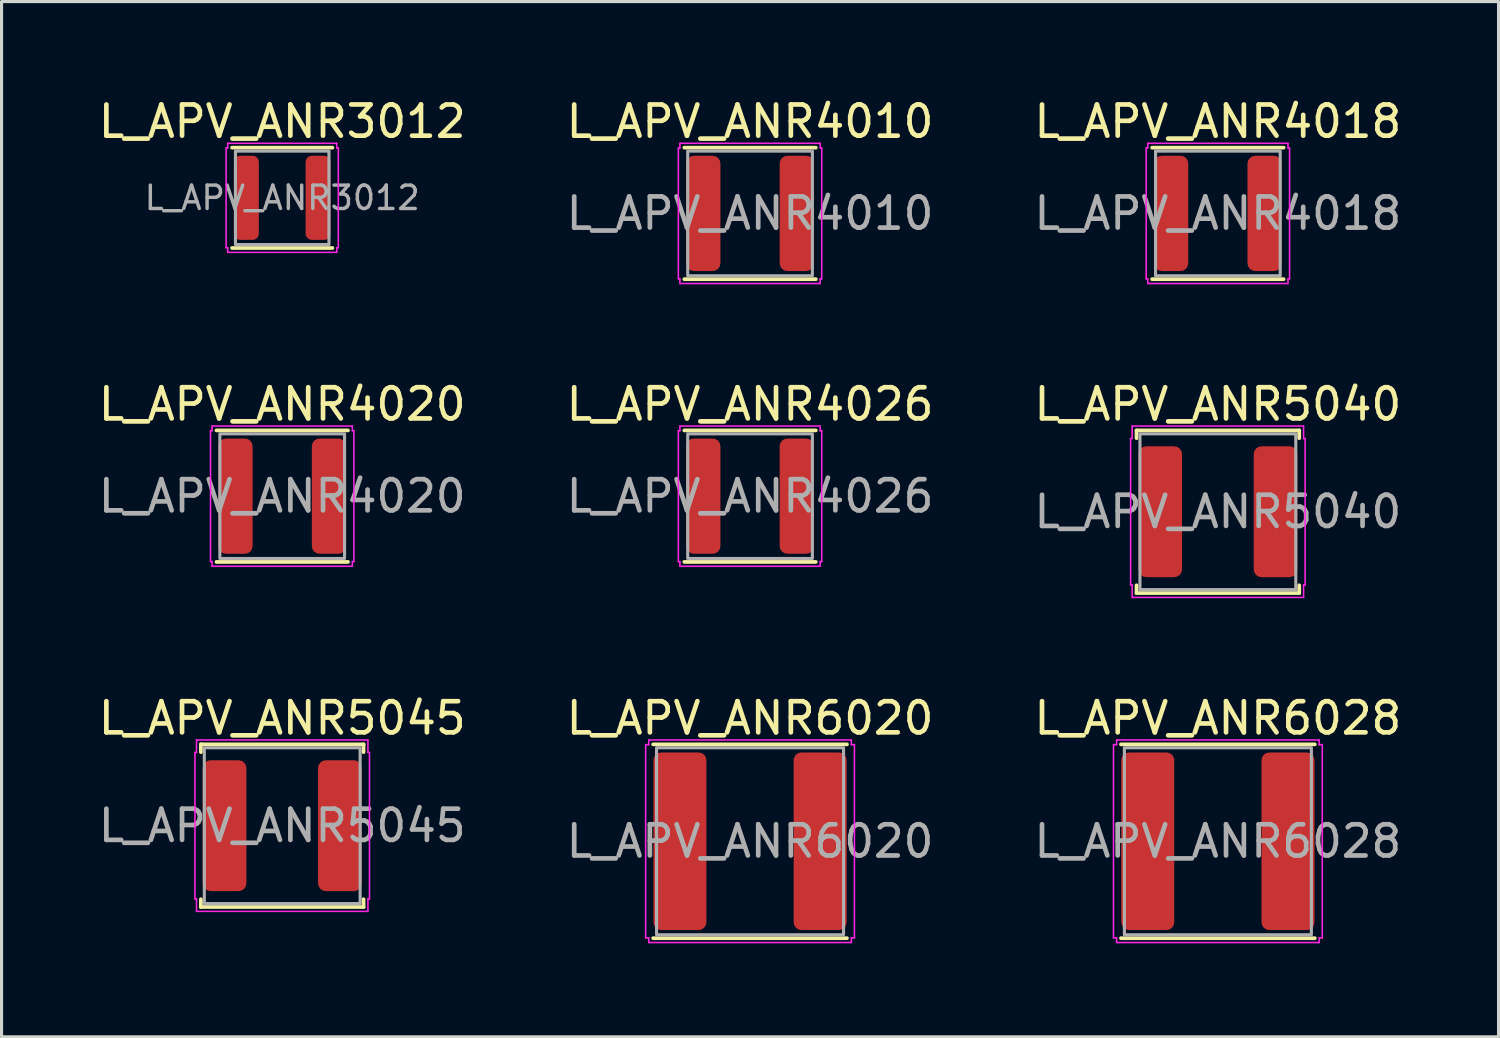
<source format=kicad_pcb>
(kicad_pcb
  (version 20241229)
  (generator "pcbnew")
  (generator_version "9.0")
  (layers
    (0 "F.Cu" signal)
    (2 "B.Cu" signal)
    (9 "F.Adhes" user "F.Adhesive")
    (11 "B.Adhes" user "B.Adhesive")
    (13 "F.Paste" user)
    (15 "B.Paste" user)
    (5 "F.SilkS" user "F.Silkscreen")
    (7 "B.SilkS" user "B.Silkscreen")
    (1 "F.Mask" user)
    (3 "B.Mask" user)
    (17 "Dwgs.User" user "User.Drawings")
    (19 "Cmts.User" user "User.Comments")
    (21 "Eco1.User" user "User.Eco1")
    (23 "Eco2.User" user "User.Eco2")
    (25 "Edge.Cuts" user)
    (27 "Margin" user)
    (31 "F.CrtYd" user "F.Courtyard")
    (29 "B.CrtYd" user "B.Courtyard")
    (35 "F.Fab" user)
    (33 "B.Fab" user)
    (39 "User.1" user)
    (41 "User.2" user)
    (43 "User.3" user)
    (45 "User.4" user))
  (footprint "L_APV_ANR5040"
    (layer "F.Cu")
    (at 36.03 13.371)
    (property "Reference" "L_APV_ANR5040" (at 0 -3.45 0) (layer "F.SilkS") (effects (font (size 1 1) (thickness 0.15))))
    (attr smd)
    (fp_line (start -2.61 -2.61) (end 2.61 -2.61) (stroke (width 0.12) (type solid)) (layer "F.SilkS"))
    (fp_line (start -2.61 -2.36) (end -2.61 -2.61) (stroke (width 0.12) (type solid)) (layer "F.SilkS"))
    (fp_line (start -2.61 2.61) (end -2.61 2.36) (stroke (width 0.12) (type solid)) (layer "F.SilkS"))
    (fp_line (start 2.61 -2.61) (end 2.61 -2.36) (stroke (width 0.12) (type solid)) (layer "F.SilkS"))
    (fp_line (start 2.61 2.36) (end 2.61 2.61) (stroke (width 0.12) (type solid)) (layer "F.SilkS"))
    (fp_line (start 2.61 2.61) (end -2.61 2.61) (stroke (width 0.12) (type solid)) (layer "F.SilkS"))
    (fp_line (start -2.8 -2.35) (end -2.75 -2.35) (stroke (width 0.05) (type solid)) (layer "F.CrtYd"))
    (fp_line (start -2.8 2.35) (end -2.8 -2.35) (stroke (width 0.05) (type solid)) (layer "F.CrtYd"))
    (fp_line (start -2.75 -2.75) (end 2.75 -2.75) (stroke (width 0.05) (type solid)) (layer "F.CrtYd"))
    (fp_line (start -2.75 -2.35) (end -2.75 -2.75) (stroke (width 0.05) (type solid)) (layer "F.CrtYd"))
    (fp_line (start -2.75 2.35) (end -2.8 2.35) (stroke (width 0.05) (type solid)) (layer "F.CrtYd"))
    (fp_line (start -2.75 2.75) (end -2.75 2.35) (stroke (width 0.05) (type solid)) (layer "F.CrtYd"))
    (fp_line (start 2.75 -2.75) (end 2.75 -2.35) (stroke (width 0.05) (type solid)) (layer "F.CrtYd"))
    (fp_line (start 2.75 -2.35) (end 2.8 -2.35) (stroke (width 0.05) (type solid)) (layer "F.CrtYd"))
    (fp_line (start 2.75 2.35) (end 2.75 2.75) (stroke (width 0.05) (type solid)) (layer "F.CrtYd"))
    (fp_line (start 2.75 2.75) (end -2.75 2.75) (stroke (width 0.05) (type solid)) (layer "F.CrtYd"))
    (fp_line (start 2.8 -2.35) (end 2.8 2.35) (stroke (width 0.05) (type solid)) (layer "F.CrtYd"))
    (fp_line (start 2.8 2.35) (end 2.75 2.35) (stroke (width 0.05) (type solid)) (layer "F.CrtYd"))
    (fp_rect (start -2.5 -2.5) (end 2.5 2.5) (stroke (width 0.1) (type solid)) (fill no) (layer "F.Fab"))
    (fp_text user "${REFERENCE}" (at 0 0 0) (layer "F.Fab") (effects (font (size 1 1) (thickness 0.15))))
    (pad "1" smd roundrect (at -1.85 0) (size 1.4 4.2) (layers "F.Cu" "F.Mask" "F.Paste") (roundrect_rratio 0.179))
    (pad "2" smd roundrect (at 1.85 0) (size 1.4 4.2) (layers "F.Cu" "F.Mask" "F.Paste") (roundrect_rratio 0.179)))
  (footprint "L_APV_ANR4010"
    (layer "F.Cu")
    (at 21.018 3.798)
    (property "Reference" "L_APV_ANR4010" (at 0 -2.95 0) (layer "F.SilkS") (effects (font (size 1 1) (thickness 0.15))))
    (attr smd)
    (fp_line (start -2.11 -2.11) (end 2.11 -2.11) (stroke (width 0.12) (type solid)) (layer "F.SilkS"))
    (fp_line (start 2.11 2.11) (end -2.11 2.11) (stroke (width 0.12) (type solid)) (layer "F.SilkS"))
    (fp_line (start -2.3 -2.1) (end -2.25 -2.1) (stroke (width 0.05) (type solid)) (layer "F.CrtYd"))
    (fp_line (start -2.3 2.1) (end -2.3 -2.1) (stroke (width 0.05) (type solid)) (layer "F.CrtYd"))
    (fp_line (start -2.25 -2.25) (end 2.25 -2.25) (stroke (width 0.05) (type solid)) (layer "F.CrtYd"))
    (fp_line (start -2.25 -2.1) (end -2.25 -2.25) (stroke (width 0.05) (type solid)) (layer "F.CrtYd"))
    (fp_line (start -2.25 2.1) (end -2.3 2.1) (stroke (width 0.05) (type solid)) (layer "F.CrtYd"))
    (fp_line (start -2.25 2.25) (end -2.25 2.1) (stroke (width 0.05) (type solid)) (layer "F.CrtYd"))
    (fp_line (start 2.25 -2.25) (end 2.25 -2.1) (stroke (width 0.05) (type solid)) (layer "F.CrtYd"))
    (fp_line (start 2.25 -2.1) (end 2.3 -2.1) (stroke (width 0.05) (type solid)) (layer "F.CrtYd"))
    (fp_line (start 2.25 2.1) (end 2.25 2.25) (stroke (width 0.05) (type solid)) (layer "F.CrtYd"))
    (fp_line (start 2.25 2.25) (end -2.25 2.25) (stroke (width 0.05) (type solid)) (layer "F.CrtYd"))
    (fp_line (start 2.3 -2.1) (end 2.3 2.1) (stroke (width 0.05) (type solid)) (layer "F.CrtYd"))
    (fp_line (start 2.3 2.1) (end 2.25 2.1) (stroke (width 0.05) (type solid)) (layer "F.CrtYd"))
    (fp_rect (start -2 -2) (end 2 2) (stroke (width 0.1) (type solid)) (fill no) (layer "F.Fab"))
    (fp_text user "${REFERENCE}" (at 0 0 0) (layer "F.Fab") (effects (font (size 1 1) (thickness 0.15))))
    (pad "1" smd roundrect (at -1.5 0) (size 1.1 3.7) (layers "F.Cu" "F.Mask" "F.Paste") (roundrect_rratio 0.227))
    (pad "2" smd roundrect (at 1.5 0) (size 1.1 3.7) (layers "F.Cu" "F.Mask" "F.Paste") (roundrect_rratio 0.227)))
  (footprint "L_APV_ANR3012"
    (layer "F.Cu")
    (at 6.006 3.298)
    (property "Reference" "L_APV_ANR3012" (at 0 -2.45 0) (layer "F.SilkS") (effects (font (size 1 1) (thickness 0.15))))
    (attr smd)
    (fp_line (start -1.61 -1.61) (end 1.61 -1.61) (stroke (width 0.12) (type solid)) (layer "F.SilkS"))
    (fp_line (start 1.61 1.61) (end -1.61 1.61) (stroke (width 0.12) (type solid)) (layer "F.SilkS"))
    (fp_line (start -1.8 -1.6) (end -1.75 -1.6) (stroke (width 0.05) (type solid)) (layer "F.CrtYd"))
    (fp_line (start -1.8 1.6) (end -1.8 -1.6) (stroke (width 0.05) (type solid)) (layer "F.CrtYd"))
    (fp_line (start -1.75 -1.75) (end 1.75 -1.75) (stroke (width 0.05) (type solid)) (layer "F.CrtYd"))
    (fp_line (start -1.75 -1.6) (end -1.75 -1.75) (stroke (width 0.05) (type solid)) (layer "F.CrtYd"))
    (fp_line (start -1.75 1.6) (end -1.8 1.6) (stroke (width 0.05) (type solid)) (layer "F.CrtYd"))
    (fp_line (start -1.75 1.75) (end -1.75 1.6) (stroke (width 0.05) (type solid)) (layer "F.CrtYd"))
    (fp_line (start 1.75 -1.75) (end 1.75 -1.6) (stroke (width 0.05) (type solid)) (layer "F.CrtYd"))
    (fp_line (start 1.75 -1.6) (end 1.8 -1.6) (stroke (width 0.05) (type solid)) (layer "F.CrtYd"))
    (fp_line (start 1.75 1.6) (end 1.75 1.75) (stroke (width 0.05) (type solid)) (layer "F.CrtYd"))
    (fp_line (start 1.75 1.75) (end -1.75 1.75) (stroke (width 0.05) (type solid)) (layer "F.CrtYd"))
    (fp_line (start 1.8 -1.6) (end 1.8 1.6) (stroke (width 0.05) (type solid)) (layer "F.CrtYd"))
    (fp_line (start 1.8 1.6) (end 1.75 1.6) (stroke (width 0.05) (type solid)) (layer "F.CrtYd"))
    (fp_rect (start -1.5 -1.5) (end 1.5 1.5) (stroke (width 0.1) (type solid)) (fill no) (layer "F.Fab"))
    (fp_text user "${REFERENCE}" (at 0 0 0) (layer "F.Fab") (effects (font (size 0.75 0.75) (thickness 0.11))))
    (pad "1" smd roundrect (at -1.15 0) (size 0.8 2.7) (layers "F.Cu" "F.Mask" "F.Paste") (roundrect_rratio 0.25))
    (pad "2" smd roundrect (at 1.15 0) (size 0.8 2.7) (layers "F.Cu" "F.Mask" "F.Paste") (roundrect_rratio 0.25)))
  (footprint "L_APV_ANR4020"
    (layer "F.Cu")
    (at 6.006 12.871)
    (property "Reference" "L_APV_ANR4020" (at 0 -2.95 0) (layer "F.SilkS") (effects (font (size 1 1) (thickness 0.15))))
    (attr smd)
    (fp_line (start -2.11 -2.11) (end 2.11 -2.11) (stroke (width 0.12) (type solid)) (layer "F.SilkS"))
    (fp_line (start 2.11 2.11) (end -2.11 2.11) (stroke (width 0.12) (type solid)) (layer "F.SilkS"))
    (fp_line (start -2.3 -2.1) (end -2.25 -2.1) (stroke (width 0.05) (type solid)) (layer "F.CrtYd"))
    (fp_line (start -2.3 2.1) (end -2.3 -2.1) (stroke (width 0.05) (type solid)) (layer "F.CrtYd"))
    (fp_line (start -2.25 -2.25) (end 2.25 -2.25) (stroke (width 0.05) (type solid)) (layer "F.CrtYd"))
    (fp_line (start -2.25 -2.1) (end -2.25 -2.25) (stroke (width 0.05) (type solid)) (layer "F.CrtYd"))
    (fp_line (start -2.25 2.1) (end -2.3 2.1) (stroke (width 0.05) (type solid)) (layer "F.CrtYd"))
    (fp_line (start -2.25 2.25) (end -2.25 2.1) (stroke (width 0.05) (type solid)) (layer "F.CrtYd"))
    (fp_line (start 2.25 -2.25) (end 2.25 -2.1) (stroke (width 0.05) (type solid)) (layer "F.CrtYd"))
    (fp_line (start 2.25 -2.1) (end 2.3 -2.1) (stroke (width 0.05) (type solid)) (layer "F.CrtYd"))
    (fp_line (start 2.25 2.1) (end 2.25 2.25) (stroke (width 0.05) (type solid)) (layer "F.CrtYd"))
    (fp_line (start 2.25 2.25) (end -2.25 2.25) (stroke (width 0.05) (type solid)) (layer "F.CrtYd"))
    (fp_line (start 2.3 -2.1) (end 2.3 2.1) (stroke (width 0.05) (type solid)) (layer "F.CrtYd"))
    (fp_line (start 2.3 2.1) (end 2.25 2.1) (stroke (width 0.05) (type solid)) (layer "F.CrtYd"))
    (fp_rect (start -2 -2) (end 2 2) (stroke (width 0.1) (type solid)) (fill no) (layer "F.Fab"))
    (fp_text user "${REFERENCE}" (at 0 0 0) (layer "F.Fab") (effects (font (size 1 1) (thickness 0.15))))
    (pad "1" smd roundrect (at -1.5 0) (size 1.1 3.7) (layers "F.Cu" "F.Mask" "F.Paste") (roundrect_rratio 0.227))
    (pad "2" smd roundrect (at 1.5 0) (size 1.1 3.7) (layers "F.Cu" "F.Mask" "F.Paste") (roundrect_rratio 0.227)))
  (footprint "L_APV_ANR6020"
    (layer "F.Cu")
    (at 21.018 23.945)
    (property "Reference" "L_APV_ANR6020" (at 0 -3.95 0) (layer "F.SilkS") (effects (font (size 1 1) (thickness 0.15))))
    (attr smd)
    (fp_line (start -3.11 -3.11) (end 3.11 -3.11) (stroke (width 0.12) (type solid)) (layer "F.SilkS"))
    (fp_line (start 3.11 3.11) (end -3.11 3.11) (stroke (width 0.12) (type solid)) (layer "F.SilkS"))
    (fp_line (start -3.35 -3.1) (end -3.25 -3.1) (stroke (width 0.05) (type solid)) (layer "F.CrtYd"))
    (fp_line (start -3.35 3.1) (end -3.35 -3.1) (stroke (width 0.05) (type solid)) (layer "F.CrtYd"))
    (fp_line (start -3.25 -3.25) (end 3.25 -3.25) (stroke (width 0.05) (type solid)) (layer "F.CrtYd"))
    (fp_line (start -3.25 -3.1) (end -3.25 -3.25) (stroke (width 0.05) (type solid)) (layer "F.CrtYd"))
    (fp_line (start -3.25 3.1) (end -3.35 3.1) (stroke (width 0.05) (type solid)) (layer "F.CrtYd"))
    (fp_line (start -3.25 3.25) (end -3.25 3.1) (stroke (width 0.05) (type solid)) (layer "F.CrtYd"))
    (fp_line (start 3.25 -3.25) (end 3.25 -3.1) (stroke (width 0.05) (type solid)) (layer "F.CrtYd"))
    (fp_line (start 3.25 -3.1) (end 3.35 -3.1) (stroke (width 0.05) (type solid)) (layer "F.CrtYd"))
    (fp_line (start 3.25 3.1) (end 3.25 3.25) (stroke (width 0.05) (type solid)) (layer "F.CrtYd"))
    (fp_line (start 3.25 3.25) (end -3.25 3.25) (stroke (width 0.05) (type solid)) (layer "F.CrtYd"))
    (fp_line (start 3.35 -3.1) (end 3.35 3.1) (stroke (width 0.05) (type solid)) (layer "F.CrtYd"))
    (fp_line (start 3.35 3.1) (end 3.25 3.1) (stroke (width 0.05) (type solid)) (layer "F.CrtYd"))
    (fp_rect (start -3 -3) (end 3 3) (stroke (width 0.1) (type solid)) (fill no) (layer "F.Fab"))
    (fp_text user "${REFERENCE}" (at 0 0 0) (layer "F.Fab") (effects (font (size 1 1) (thickness 0.15))))
    (pad "1" smd roundrect (at -2.25 0) (size 1.7 5.7) (layers "F.Cu" "F.Mask" "F.Paste") (roundrect_rratio 0.147))
    (pad "2" smd roundrect (at 2.25 0) (size 1.7 5.7) (layers "F.Cu" "F.Mask" "F.Paste") (roundrect_rratio 0.147)))
  (footprint "L_APV_ANR5045"
    (layer "F.Cu")
    (at 6.006 23.445)
    (property "Reference" "L_APV_ANR5045" (at 0 -3.45 0) (layer "F.SilkS") (effects (font (size 1 1) (thickness 0.15))))
    (attr smd)
    (fp_line (start -2.61 -2.61) (end 2.61 -2.61) (stroke (width 0.12) (type solid)) (layer "F.SilkS"))
    (fp_line (start -2.61 -2.36) (end -2.61 -2.61) (stroke (width 0.12) (type solid)) (layer "F.SilkS"))
    (fp_line (start -2.61 2.61) (end -2.61 2.36) (stroke (width 0.12) (type solid)) (layer "F.SilkS"))
    (fp_line (start 2.61 -2.61) (end 2.61 -2.36) (stroke (width 0.12) (type solid)) (layer "F.SilkS"))
    (fp_line (start 2.61 2.36) (end 2.61 2.61) (stroke (width 0.12) (type solid)) (layer "F.SilkS"))
    (fp_line (start 2.61 2.61) (end -2.61 2.61) (stroke (width 0.12) (type solid)) (layer "F.SilkS"))
    (fp_line (start -2.8 -2.35) (end -2.75 -2.35) (stroke (width 0.05) (type solid)) (layer "F.CrtYd"))
    (fp_line (start -2.8 2.35) (end -2.8 -2.35) (stroke (width 0.05) (type solid)) (layer "F.CrtYd"))
    (fp_line (start -2.75 -2.75) (end 2.75 -2.75) (stroke (width 0.05) (type solid)) (layer "F.CrtYd"))
    (fp_line (start -2.75 -2.35) (end -2.75 -2.75) (stroke (width 0.05) (type solid)) (layer "F.CrtYd"))
    (fp_line (start -2.75 2.35) (end -2.8 2.35) (stroke (width 0.05) (type solid)) (layer "F.CrtYd"))
    (fp_line (start -2.75 2.75) (end -2.75 2.35) (stroke (width 0.05) (type solid)) (layer "F.CrtYd"))
    (fp_line (start 2.75 -2.75) (end 2.75 -2.35) (stroke (width 0.05) (type solid)) (layer "F.CrtYd"))
    (fp_line (start 2.75 -2.35) (end 2.8 -2.35) (stroke (width 0.05) (type solid)) (layer "F.CrtYd"))
    (fp_line (start 2.75 2.35) (end 2.75 2.75) (stroke (width 0.05) (type solid)) (layer "F.CrtYd"))
    (fp_line (start 2.75 2.75) (end -2.75 2.75) (stroke (width 0.05) (type solid)) (layer "F.CrtYd"))
    (fp_line (start 2.8 -2.35) (end 2.8 2.35) (stroke (width 0.05) (type solid)) (layer "F.CrtYd"))
    (fp_line (start 2.8 2.35) (end 2.75 2.35) (stroke (width 0.05) (type solid)) (layer "F.CrtYd"))
    (fp_rect (start -2.5 -2.5) (end 2.5 2.5) (stroke (width 0.1) (type solid)) (fill no) (layer "F.Fab"))
    (fp_text user "${REFERENCE}" (at 0 0 0) (layer "F.Fab") (effects (font (size 1 1) (thickness 0.15))))
    (pad "1" smd roundrect (at -1.85 0) (size 1.4 4.2) (layers "F.Cu" "F.Mask" "F.Paste") (roundrect_rratio 0.179))
    (pad "2" smd roundrect (at 1.85 0) (size 1.4 4.2) (layers "F.Cu" "F.Mask" "F.Paste") (roundrect_rratio 0.179)))
  (footprint "L_APV_ANR6028"
    (layer "F.Cu")
    (at 36.03 23.945)
    (property "Reference" "L_APV_ANR6028" (at 0 -3.95 0) (layer "F.SilkS") (effects (font (size 1 1) (thickness 0.15))))
    (attr smd)
    (fp_line (start -3.11 -3.11) (end 3.11 -3.11) (stroke (width 0.12) (type solid)) (layer "F.SilkS"))
    (fp_line (start 3.11 3.11) (end -3.11 3.11) (stroke (width 0.12) (type solid)) (layer "F.SilkS"))
    (fp_line (start -3.35 -3.1) (end -3.25 -3.1) (stroke (width 0.05) (type solid)) (layer "F.CrtYd"))
    (fp_line (start -3.35 3.1) (end -3.35 -3.1) (stroke (width 0.05) (type solid)) (layer "F.CrtYd"))
    (fp_line (start -3.25 -3.25) (end 3.25 -3.25) (stroke (width 0.05) (type solid)) (layer "F.CrtYd"))
    (fp_line (start -3.25 -3.1) (end -3.25 -3.25) (stroke (width 0.05) (type solid)) (layer "F.CrtYd"))
    (fp_line (start -3.25 3.1) (end -3.35 3.1) (stroke (width 0.05) (type solid)) (layer "F.CrtYd"))
    (fp_line (start -3.25 3.25) (end -3.25 3.1) (stroke (width 0.05) (type solid)) (layer "F.CrtYd"))
    (fp_line (start 3.25 -3.25) (end 3.25 -3.1) (stroke (width 0.05) (type solid)) (layer "F.CrtYd"))
    (fp_line (start 3.25 -3.1) (end 3.35 -3.1) (stroke (width 0.05) (type solid)) (layer "F.CrtYd"))
    (fp_line (start 3.25 3.1) (end 3.25 3.25) (stroke (width 0.05) (type solid)) (layer "F.CrtYd"))
    (fp_line (start 3.25 3.25) (end -3.25 3.25) (stroke (width 0.05) (type solid)) (layer "F.CrtYd"))
    (fp_line (start 3.35 -3.1) (end 3.35 3.1) (stroke (width 0.05) (type solid)) (layer "F.CrtYd"))
    (fp_line (start 3.35 3.1) (end 3.25 3.1) (stroke (width 0.05) (type solid)) (layer "F.CrtYd"))
    (fp_rect (start -3 -3) (end 3 3) (stroke (width 0.1) (type solid)) (fill no) (layer "F.Fab"))
    (fp_text user "${REFERENCE}" (at 0 0 0) (layer "F.Fab") (effects (font (size 1 1) (thickness 0.15))))
    (pad "1" smd roundrect (at -2.25 0) (size 1.7 5.7) (layers "F.Cu" "F.Mask" "F.Paste") (roundrect_rratio 0.147))
    (pad "2" smd roundrect (at 2.25 0) (size 1.7 5.7) (layers "F.Cu" "F.Mask" "F.Paste") (roundrect_rratio 0.147)))
  (footprint "L_APV_ANR4026"
    (layer "F.Cu")
    (at 21.018 12.871)
    (property "Reference" "L_APV_ANR4026" (at 0 -2.95 0) (layer "F.SilkS") (effects (font (size 1 1) (thickness 0.15))))
    (attr smd)
    (fp_line (start -2.11 -2.11) (end 2.11 -2.11) (stroke (width 0.12) (type solid)) (layer "F.SilkS"))
    (fp_line (start 2.11 2.11) (end -2.11 2.11) (stroke (width 0.12) (type solid)) (layer "F.SilkS"))
    (fp_line (start -2.3 -2.1) (end -2.25 -2.1) (stroke (width 0.05) (type solid)) (layer "F.CrtYd"))
    (fp_line (start -2.3 2.1) (end -2.3 -2.1) (stroke (width 0.05) (type solid)) (layer "F.CrtYd"))
    (fp_line (start -2.25 -2.25) (end 2.25 -2.25) (stroke (width 0.05) (type solid)) (layer "F.CrtYd"))
    (fp_line (start -2.25 -2.1) (end -2.25 -2.25) (stroke (width 0.05) (type solid)) (layer "F.CrtYd"))
    (fp_line (start -2.25 2.1) (end -2.3 2.1) (stroke (width 0.05) (type solid)) (layer "F.CrtYd"))
    (fp_line (start -2.25 2.25) (end -2.25 2.1) (stroke (width 0.05) (type solid)) (layer "F.CrtYd"))
    (fp_line (start 2.25 -2.25) (end 2.25 -2.1) (stroke (width 0.05) (type solid)) (layer "F.CrtYd"))
    (fp_line (start 2.25 -2.1) (end 2.3 -2.1) (stroke (width 0.05) (type solid)) (layer "F.CrtYd"))
    (fp_line (start 2.25 2.1) (end 2.25 2.25) (stroke (width 0.05) (type solid)) (layer "F.CrtYd"))
    (fp_line (start 2.25 2.25) (end -2.25 2.25) (stroke (width 0.05) (type solid)) (layer "F.CrtYd"))
    (fp_line (start 2.3 -2.1) (end 2.3 2.1) (stroke (width 0.05) (type solid)) (layer "F.CrtYd"))
    (fp_line (start 2.3 2.1) (end 2.25 2.1) (stroke (width 0.05) (type solid)) (layer "F.CrtYd"))
    (fp_rect (start -2 -2) (end 2 2) (stroke (width 0.1) (type solid)) (fill no) (layer "F.Fab"))
    (fp_text user "${REFERENCE}" (at 0 0 0) (layer "F.Fab") (effects (font (size 1 1) (thickness 0.15))))
    (pad "1" smd roundrect (at -1.5 0) (size 1.1 3.7) (layers "F.Cu" "F.Mask" "F.Paste") (roundrect_rratio 0.227))
    (pad "2" smd roundrect (at 1.5 0) (size 1.1 3.7) (layers "F.Cu" "F.Mask" "F.Paste") (roundrect_rratio 0.227)))
  (footprint "L_APV_ANR4018"
    (layer "F.Cu")
    (at 36.03 3.798)
    (property "Reference" "L_APV_ANR4018" (at 0 -2.95 0) (layer "F.SilkS") (effects (font (size 1 1) (thickness 0.15))))
    (attr smd)
    (fp_line (start -2.11 -2.11) (end 2.11 -2.11) (stroke (width 0.12) (type solid)) (layer "F.SilkS"))
    (fp_line (start 2.11 2.11) (end -2.11 2.11) (stroke (width 0.12) (type solid)) (layer "F.SilkS"))
    (fp_line (start -2.3 -2.1) (end -2.25 -2.1) (stroke (width 0.05) (type solid)) (layer "F.CrtYd"))
    (fp_line (start -2.3 2.1) (end -2.3 -2.1) (stroke (width 0.05) (type solid)) (layer "F.CrtYd"))
    (fp_line (start -2.25 -2.25) (end 2.25 -2.25) (stroke (width 0.05) (type solid)) (layer "F.CrtYd"))
    (fp_line (start -2.25 -2.1) (end -2.25 -2.25) (stroke (width 0.05) (type solid)) (layer "F.CrtYd"))
    (fp_line (start -2.25 2.1) (end -2.3 2.1) (stroke (width 0.05) (type solid)) (layer "F.CrtYd"))
    (fp_line (start -2.25 2.25) (end -2.25 2.1) (stroke (width 0.05) (type solid)) (layer "F.CrtYd"))
    (fp_line (start 2.25 -2.25) (end 2.25 -2.1) (stroke (width 0.05) (type solid)) (layer "F.CrtYd"))
    (fp_line (start 2.25 -2.1) (end 2.3 -2.1) (stroke (width 0.05) (type solid)) (layer "F.CrtYd"))
    (fp_line (start 2.25 2.1) (end 2.25 2.25) (stroke (width 0.05) (type solid)) (layer "F.CrtYd"))
    (fp_line (start 2.25 2.25) (end -2.25 2.25) (stroke (width 0.05) (type solid)) (layer "F.CrtYd"))
    (fp_line (start 2.3 -2.1) (end 2.3 2.1) (stroke (width 0.05) (type solid)) (layer "F.CrtYd"))
    (fp_line (start 2.3 2.1) (end 2.25 2.1) (stroke (width 0.05) (type solid)) (layer "F.CrtYd"))
    (fp_rect (start -2 -2) (end 2 2) (stroke (width 0.1) (type solid)) (fill no) (layer "F.Fab"))
    (fp_text user "${REFERENCE}" (at 0 0 0) (layer "F.Fab") (effects (font (size 1 1) (thickness 0.15))))
    (pad "1" smd roundrect (at -1.5 0) (size 1.1 3.7) (layers "F.Cu" "F.Mask" "F.Paste") (roundrect_rratio 0.227))
    (pad "2" smd roundrect (at 1.5 0) (size 1.1 3.7) (layers "F.Cu" "F.Mask" "F.Paste") (roundrect_rratio 0.227)))
  (gr_rect
    (start -3 -3)
    (end 45.036 30.22)
    (stroke (width 0.1) (type default))
    (fill no)
    (layer "Edge.Cuts")))
</source>
